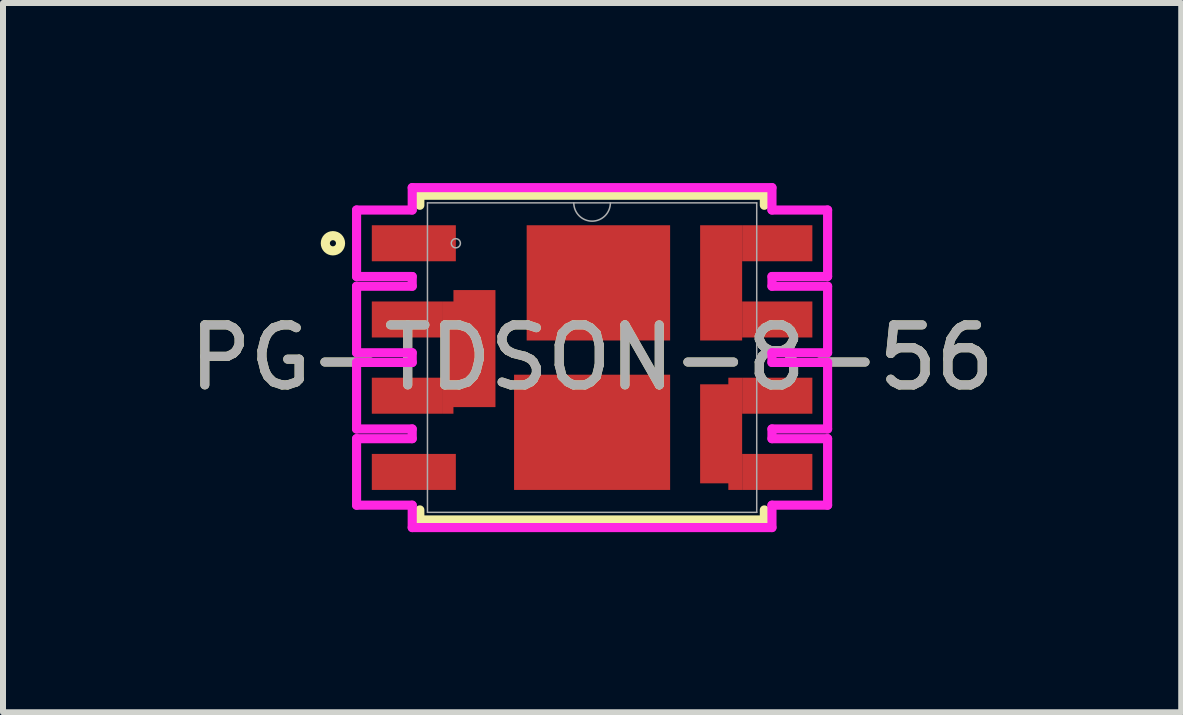
<source format=kicad_pcb>
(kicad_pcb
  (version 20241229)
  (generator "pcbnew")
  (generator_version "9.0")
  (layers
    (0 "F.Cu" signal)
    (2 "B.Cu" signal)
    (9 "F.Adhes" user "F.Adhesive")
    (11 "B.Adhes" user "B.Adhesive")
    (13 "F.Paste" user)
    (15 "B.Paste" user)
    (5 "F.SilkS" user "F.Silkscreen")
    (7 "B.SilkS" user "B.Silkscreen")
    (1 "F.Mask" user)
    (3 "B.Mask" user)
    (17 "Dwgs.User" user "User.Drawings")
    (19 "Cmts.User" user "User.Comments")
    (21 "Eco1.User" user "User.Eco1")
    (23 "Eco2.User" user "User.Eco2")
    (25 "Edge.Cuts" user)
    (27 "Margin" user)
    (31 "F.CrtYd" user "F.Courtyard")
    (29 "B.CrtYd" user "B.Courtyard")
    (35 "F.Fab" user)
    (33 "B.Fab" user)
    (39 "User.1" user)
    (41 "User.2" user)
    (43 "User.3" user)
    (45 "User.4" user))
  (footprint "PG-TDSON-8-56"
    (layer "F.Cu")
    (at 6.815 2.908)
    (property "Reference" "PG-TDSON-8-56" (at 0 0 0) (unlocked yes) (layer "F.SilkS") (effects (font (size 1 1) (thickness 0.15))))
    (attr smd)
    (fp_poly (pts (xy -1.3 0.285) (xy 1.3 0.285) (xy 1.3 2.205) (xy -1.3 2.205)) (stroke (width 0) (type solid)) (fill yes) (layer "F.Cu"))
    (fp_poly (pts (xy -1.09 -2.205) (xy 1.3 -2.205) (xy 1.3 -0.285) (xy -1.09 -0.285)) (stroke (width 0) (type solid)) (fill yes) (layer "F.Cu"))
    (fp_poly (pts (xy 2.5 -2.205) (xy 1.8 -2.205) (xy 1.8 -0.285) (xy 2.5 -0.285) (xy 2.5 -0.335) (xy 2.5 -0.935) (xy 2.5 -1.605)) (stroke (width 0) (type solid)) (fill yes) (layer "F.Cu"))
    (fp_poly (pts (xy -1.61 -1.125) (xy -2.31 -1.125) (xy -2.31 -0.935) (xy -2.5 -0.935) (xy -2.5 -0.335) (xy -2.5 0.335) (xy -2.5 0.935) (xy -2.31 0.935) (xy -2.31 0.825) (xy -1.61 0.825)) (stroke (width 0) (type solid)) (fill yes) (layer "F.Cu"))
    (fp_poly (pts (xy 2.5 0.335) (xy 2.27 0.335) (xy 2.27 0.445) (xy 1.8 0.445) (xy 1.8 2.095) (xy 2.27 2.095) (xy 2.27 2.205) (xy 2.5 2.205) (xy 2.5 1.605) (xy 2.5 0.935)) (stroke (width 0) (type solid)) (fill yes) (layer "F.Cu"))
    (fp_poly (pts (xy -1.3 0.285) (xy 1.3 0.285) (xy 1.3 2.205) (xy -1.3 2.205)) (stroke (width 0) (type solid)) (fill yes) (layer "F.Mask"))
    (fp_poly (pts (xy -1.09 -2.205) (xy 1.3 -2.205) (xy 1.3 -0.285) (xy -1.09 -0.285)) (stroke (width 0) (type solid)) (fill yes) (layer "F.Mask"))
    (fp_poly (pts (xy 2.5 -2.205) (xy 1.8 -2.205) (xy 1.8 -0.285) (xy 2.5 -0.285) (xy 2.5 -0.335) (xy 2.5 -0.935) (xy 2.5 -1.605)) (stroke (width 0) (type solid)) (fill yes) (layer "F.Mask"))
    (fp_poly (pts (xy -1.61 -1.125) (xy -2.31 -1.125) (xy -2.31 -0.935) (xy -2.5 -0.935) (xy -2.5 -0.335) (xy -2.5 0.335) (xy -2.5 0.935) (xy -2.31 0.935) (xy -2.31 0.825) (xy -1.61 0.825)) (stroke (width 0) (type solid)) (fill yes) (layer "F.Mask"))
    (fp_poly (pts (xy 2.5 0.335) (xy 2.27 0.335) (xy 2.27 0.445) (xy 1.8 0.445) (xy 1.8 2.095) (xy 2.27 2.095) (xy 2.27 2.205) (xy 2.5 2.205) (xy 2.5 1.605) (xy 2.5 0.935)) (stroke (width 0) (type solid)) (fill yes) (layer "F.Mask"))
    (fp_line (start -2.87 -2.705) (end 2.87 -2.705) (stroke (width 0.152) (type solid)) (layer "F.SilkS"))
    (fp_line (start -2.87 -2.538) (end -2.87 -2.705) (stroke (width 0.152) (type solid)) (layer "F.SilkS"))
    (fp_line (start -2.87 2.705) (end -2.87 2.538) (stroke (width 0.152) (type solid)) (layer "F.SilkS"))
    (fp_line (start 2.87 -2.705) (end 2.87 -2.538) (stroke (width 0.152) (type solid)) (layer "F.SilkS"))
    (fp_line (start 2.87 2.538) (end 2.87 2.705) (stroke (width 0.152) (type solid)) (layer "F.SilkS"))
    (fp_line (start 2.87 2.705) (end -2.87 2.705) (stroke (width 0.152) (type solid)) (layer "F.SilkS"))
    (fp_circle (center -4.318 -1.905) (end -4.191 -1.905) (stroke (width 0.152) (type solid)) (fill no) (layer "F.SilkS"))
    (fp_poly (pts (xy -3.62 1.655) (xy -2.47 1.655) (xy -2.47 2.155) (xy -3.62 2.155)) (stroke (width 0) (type solid)) (fill yes) (layer "F.Paste"))
    (fp_poly (pts (xy -3.62 -2.155) (xy -2.47 -2.155) (xy -2.47 -1.655) (xy -3.62 -1.655)) (stroke (width 0) (type solid)) (fill yes) (layer "F.Paste"))
    (fp_poly (pts (xy -3.62 -0.885) (xy -2.47 -0.885) (xy -2.47 -0.385) (xy -3.62 -0.385)) (stroke (width 0) (type solid)) (fill yes) (layer "F.Paste"))
    (fp_poly (pts (xy -3.62 0.385) (xy -2.47 0.385) (xy -2.47 0.885) (xy -3.62 0.885)) (stroke (width 0) (type solid)) (fill yes) (layer "F.Paste"))
    (fp_poly (pts (xy -2.26 -0.935) (xy -1.66 -0.935) (xy -1.66 0.635) (xy -2.26 0.635)) (stroke (width 0) (type solid)) (fill yes) (layer "F.Paste"))
    (fp_poly (pts (xy -0.885 0.665) (xy -0.135 0.665) (xy -0.135 1.815) (xy -0.885 1.815)) (stroke (width 0) (type solid)) (fill yes) (layer "F.Paste"))
    (fp_poly (pts (xy -0.78 -1.77) (xy -0.03 -1.77) (xy -0.03 -0.72) (xy -0.78 -0.72)) (stroke (width 0) (type solid)) (fill yes) (layer "F.Paste"))
    (fp_poly (pts (xy 0.115 0.665) (xy 0.865 0.665) (xy 0.865 1.815) (xy 0.115 1.815)) (stroke (width 0) (type solid)) (fill yes) (layer "F.Paste"))
    (fp_poly (pts (xy 0.22 -1.77) (xy 0.97 -1.77) (xy 0.97 -0.72) (xy 0.22 -0.72)) (stroke (width 0) (type solid)) (fill yes) (layer "F.Paste"))
    (fp_poly (pts (xy 1.85 -1.68) (xy 2.25 -1.68) (xy 2.25 -0.81) (xy 1.85 -0.81)) (stroke (width 0) (type solid)) (fill yes) (layer "F.Paste"))
    (fp_poly (pts (xy 1.85 0.935) (xy 2.27 0.935) (xy 2.27 1.605) (xy 1.85 1.605)) (stroke (width 0) (type solid)) (fill yes) (layer "F.Paste"))
    (fp_poly (pts (xy 2.47 -2.155) (xy 3.62 -2.155) (xy 3.62 -1.655) (xy 2.47 -1.655)) (stroke (width 0) (type solid)) (fill yes) (layer "F.Paste"))
    (fp_poly (pts (xy 2.47 -0.885) (xy 3.62 -0.885) (xy 3.62 -0.385) (xy 2.47 -0.385)) (stroke (width 0) (type solid)) (fill yes) (layer "F.Paste"))
    (fp_poly (pts (xy 2.47 0.385) (xy 3.62 0.385) (xy 3.62 0.885) (xy 2.47 0.885)) (stroke (width 0) (type solid)) (fill yes) (layer "F.Paste"))
    (fp_poly (pts (xy 2.47 1.655) (xy 3.62 1.655) (xy 3.62 2.155) (xy 2.47 2.155)) (stroke (width 0) (type solid)) (fill yes) (layer "F.Paste"))
    (fp_line (start -3.924 -2.459) (end -3.924 -1.351) (stroke (width 0.152) (type solid)) (layer "F.CrtYd"))
    (fp_line (start -3.924 -1.351) (end -2.997 -1.351) (stroke (width 0.152) (type solid)) (layer "F.CrtYd"))
    (fp_line (start -3.924 -1.189) (end -3.924 -0.081) (stroke (width 0.152) (type solid)) (layer "F.CrtYd"))
    (fp_line (start -3.924 -0.081) (end -2.997 -0.081) (stroke (width 0.152) (type solid)) (layer "F.CrtYd"))
    (fp_line (start -3.924 0.081) (end -3.924 1.189) (stroke (width 0.152) (type solid)) (layer "F.CrtYd"))
    (fp_line (start -3.924 1.189) (end -2.997 1.189) (stroke (width 0.152) (type solid)) (layer "F.CrtYd"))
    (fp_line (start -3.924 1.351) (end -3.924 2.459) (stroke (width 0.152) (type solid)) (layer "F.CrtYd"))
    (fp_line (start -3.924 2.459) (end -2.997 2.459) (stroke (width 0.152) (type solid)) (layer "F.CrtYd"))
    (fp_line (start -2.997 -2.832) (end -2.997 -2.459) (stroke (width 0.152) (type solid)) (layer "F.CrtYd"))
    (fp_line (start -2.997 -2.459) (end -3.924 -2.459) (stroke (width 0.152) (type solid)) (layer "F.CrtYd"))
    (fp_line (start -2.997 -1.351) (end -2.997 -1.189) (stroke (width 0.152) (type solid)) (layer "F.CrtYd"))
    (fp_line (start -2.997 -1.189) (end -3.924 -1.189) (stroke (width 0.152) (type solid)) (layer "F.CrtYd"))
    (fp_line (start -2.997 -0.081) (end -2.997 0.081) (stroke (width 0.152) (type solid)) (layer "F.CrtYd"))
    (fp_line (start -2.997 0.081) (end -3.924 0.081) (stroke (width 0.152) (type solid)) (layer "F.CrtYd"))
    (fp_line (start -2.997 1.189) (end -2.997 1.351) (stroke (width 0.152) (type solid)) (layer "F.CrtYd"))
    (fp_line (start -2.997 1.351) (end -3.924 1.351) (stroke (width 0.152) (type solid)) (layer "F.CrtYd"))
    (fp_line (start -2.997 2.459) (end -2.997 2.832) (stroke (width 0.152) (type solid)) (layer "F.CrtYd"))
    (fp_line (start -2.997 2.832) (end 2.997 2.832) (stroke (width 0.152) (type solid)) (layer "F.CrtYd"))
    (fp_line (start 2.997 -2.832) (end -2.997 -2.832) (stroke (width 0.152) (type solid)) (layer "F.CrtYd"))
    (fp_line (start 2.997 -2.459) (end 2.997 -2.832) (stroke (width 0.152) (type solid)) (layer "F.CrtYd"))
    (fp_line (start 2.997 -1.351) (end 3.924 -1.351) (stroke (width 0.152) (type solid)) (layer "F.CrtYd"))
    (fp_line (start 2.997 -1.189) (end 2.997 -1.351) (stroke (width 0.152) (type solid)) (layer "F.CrtYd"))
    (fp_line (start 2.997 -0.081) (end 3.924 -0.081) (stroke (width 0.152) (type solid)) (layer "F.CrtYd"))
    (fp_line (start 2.997 0.081) (end 2.997 -0.081) (stroke (width 0.152) (type solid)) (layer "F.CrtYd"))
    (fp_line (start 2.997 1.189) (end 3.924 1.189) (stroke (width 0.152) (type solid)) (layer "F.CrtYd"))
    (fp_line (start 2.997 1.351) (end 2.997 1.189) (stroke (width 0.152) (type solid)) (layer "F.CrtYd"))
    (fp_line (start 2.997 2.459) (end 3.924 2.459) (stroke (width 0.152) (type solid)) (layer "F.CrtYd"))
    (fp_line (start 2.997 2.832) (end 2.997 2.459) (stroke (width 0.152) (type solid)) (layer "F.CrtYd"))
    (fp_line (start 3.924 -2.459) (end 2.997 -2.459) (stroke (width 0.152) (type solid)) (layer "F.CrtYd"))
    (fp_line (start 3.924 -1.351) (end 3.924 -2.459) (stroke (width 0.152) (type solid)) (layer "F.CrtYd"))
    (fp_line (start 3.924 -1.189) (end 2.997 -1.189) (stroke (width 0.152) (type solid)) (layer "F.CrtYd"))
    (fp_line (start 3.924 -0.081) (end 3.924 -1.189) (stroke (width 0.152) (type solid)) (layer "F.CrtYd"))
    (fp_line (start 3.924 0.081) (end 2.997 0.081) (stroke (width 0.152) (type solid)) (layer "F.CrtYd"))
    (fp_line (start 3.924 1.189) (end 3.924 0.081) (stroke (width 0.152) (type solid)) (layer "F.CrtYd"))
    (fp_line (start 3.924 1.351) (end 2.997 1.351) (stroke (width 0.152) (type solid)) (layer "F.CrtYd"))
    (fp_line (start 3.924 2.459) (end 3.924 1.351) (stroke (width 0.152) (type solid)) (layer "F.CrtYd"))
    (fp_line (start -2.743 -2.578) (end -2.743 2.578) (stroke (width 0.025) (type solid)) (layer "F.Fab"))
    (fp_line (start -2.743 2.578) (end 2.743 2.578) (stroke (width 0.025) (type solid)) (layer "F.Fab"))
    (fp_line (start 2.743 -2.578) (end -2.743 -2.578) (stroke (width 0.025) (type solid)) (layer "F.Fab"))
    (fp_line (start 2.743 2.578) (end 2.743 -2.578) (stroke (width 0.025) (type solid)) (layer "F.Fab"))
    (fp_arc (start 0.3048 -2.5781) (mid 0 -2.2733) (end -0.3048 -2.5781) (stroke (width 0.0254) (type solid)) (layer "F.Fab"))
    (fp_circle (center -2.27 -1.905) (end -2.194 -1.905) (stroke (width 0.025) (type solid)) (fill no) (layer "F.Fab"))
    (fp_text user "${REFERENCE}" (at 0 0 0) (unlocked yes) (layer "F.Fab") (effects (font (size 1 1) (thickness 0.15))))
    (pad "1" smd rect (at -2.97 -1.905) (size 1.4 0.6) (layers "F.Cu" "F.Mask"))
    (pad "2" smd rect (at -3.085 -0.635) (size 1.17 0.6) (layers "F.Cu" "F.Mask"))
    (pad "3" smd rect (at -3.085 0.635) (size 1.17 0.6) (layers "F.Cu" "F.Mask"))
    (pad "4" smd rect (at -2.97 1.905) (size 1.4 0.6) (layers "F.Cu" "F.Mask"))
    (pad "5" smd rect (at 3.085 1.905) (size 1.17 0.6) (layers "F.Cu" "F.Mask"))
    (pad "6" smd rect (at 3.085 0.635) (size 1.17 0.6) (layers "F.Cu" "F.Mask"))
    (pad "7" smd rect (at 3.085 -0.635) (size 1.17 0.6) (layers "F.Cu" "F.Mask"))
    (pad "8" smd rect (at 3.085 -1.905) (size 1.17 0.6) (layers "F.Cu" "F.Mask"))
    (zone (net_name "") (layer "F.Cu") (hatch full 0.508) (connect_pads) (min_thickness 0.254) (filled_areas_thickness no) (keepout (tracks not_allowed) (vias not_allowed) (pads allowed) (copperpour not_allowed) (footprints allowed)) (placement (enabled no)) (fill) (polygon (pts (xy 5.205 3.193) (xy 5.515 3.193) (xy 5.515 3.733) (xy 5.205 3.733))))
    (zone (net_name "") (layer "F.Cu") (hatch full 0.508) (connect_pads) (min_thickness 0.254) (filled_areas_thickness no) (keepout (tracks not_allowed) (vias not_allowed) (pads allowed) (copperpour not_allowed) (footprints allowed)) (placement (enabled no)) (fill) (polygon (pts (xy 8.115 0.703) (xy 8.615 0.703) (xy 8.615 2.623) (xy 8.115 2.623)))))
  (gr_rect
    (start -3 -3)
    (end 16.631 8.817)
    (stroke (width 0.1) (type default))
    (fill no)
    (layer "Edge.Cuts")))
</source>
